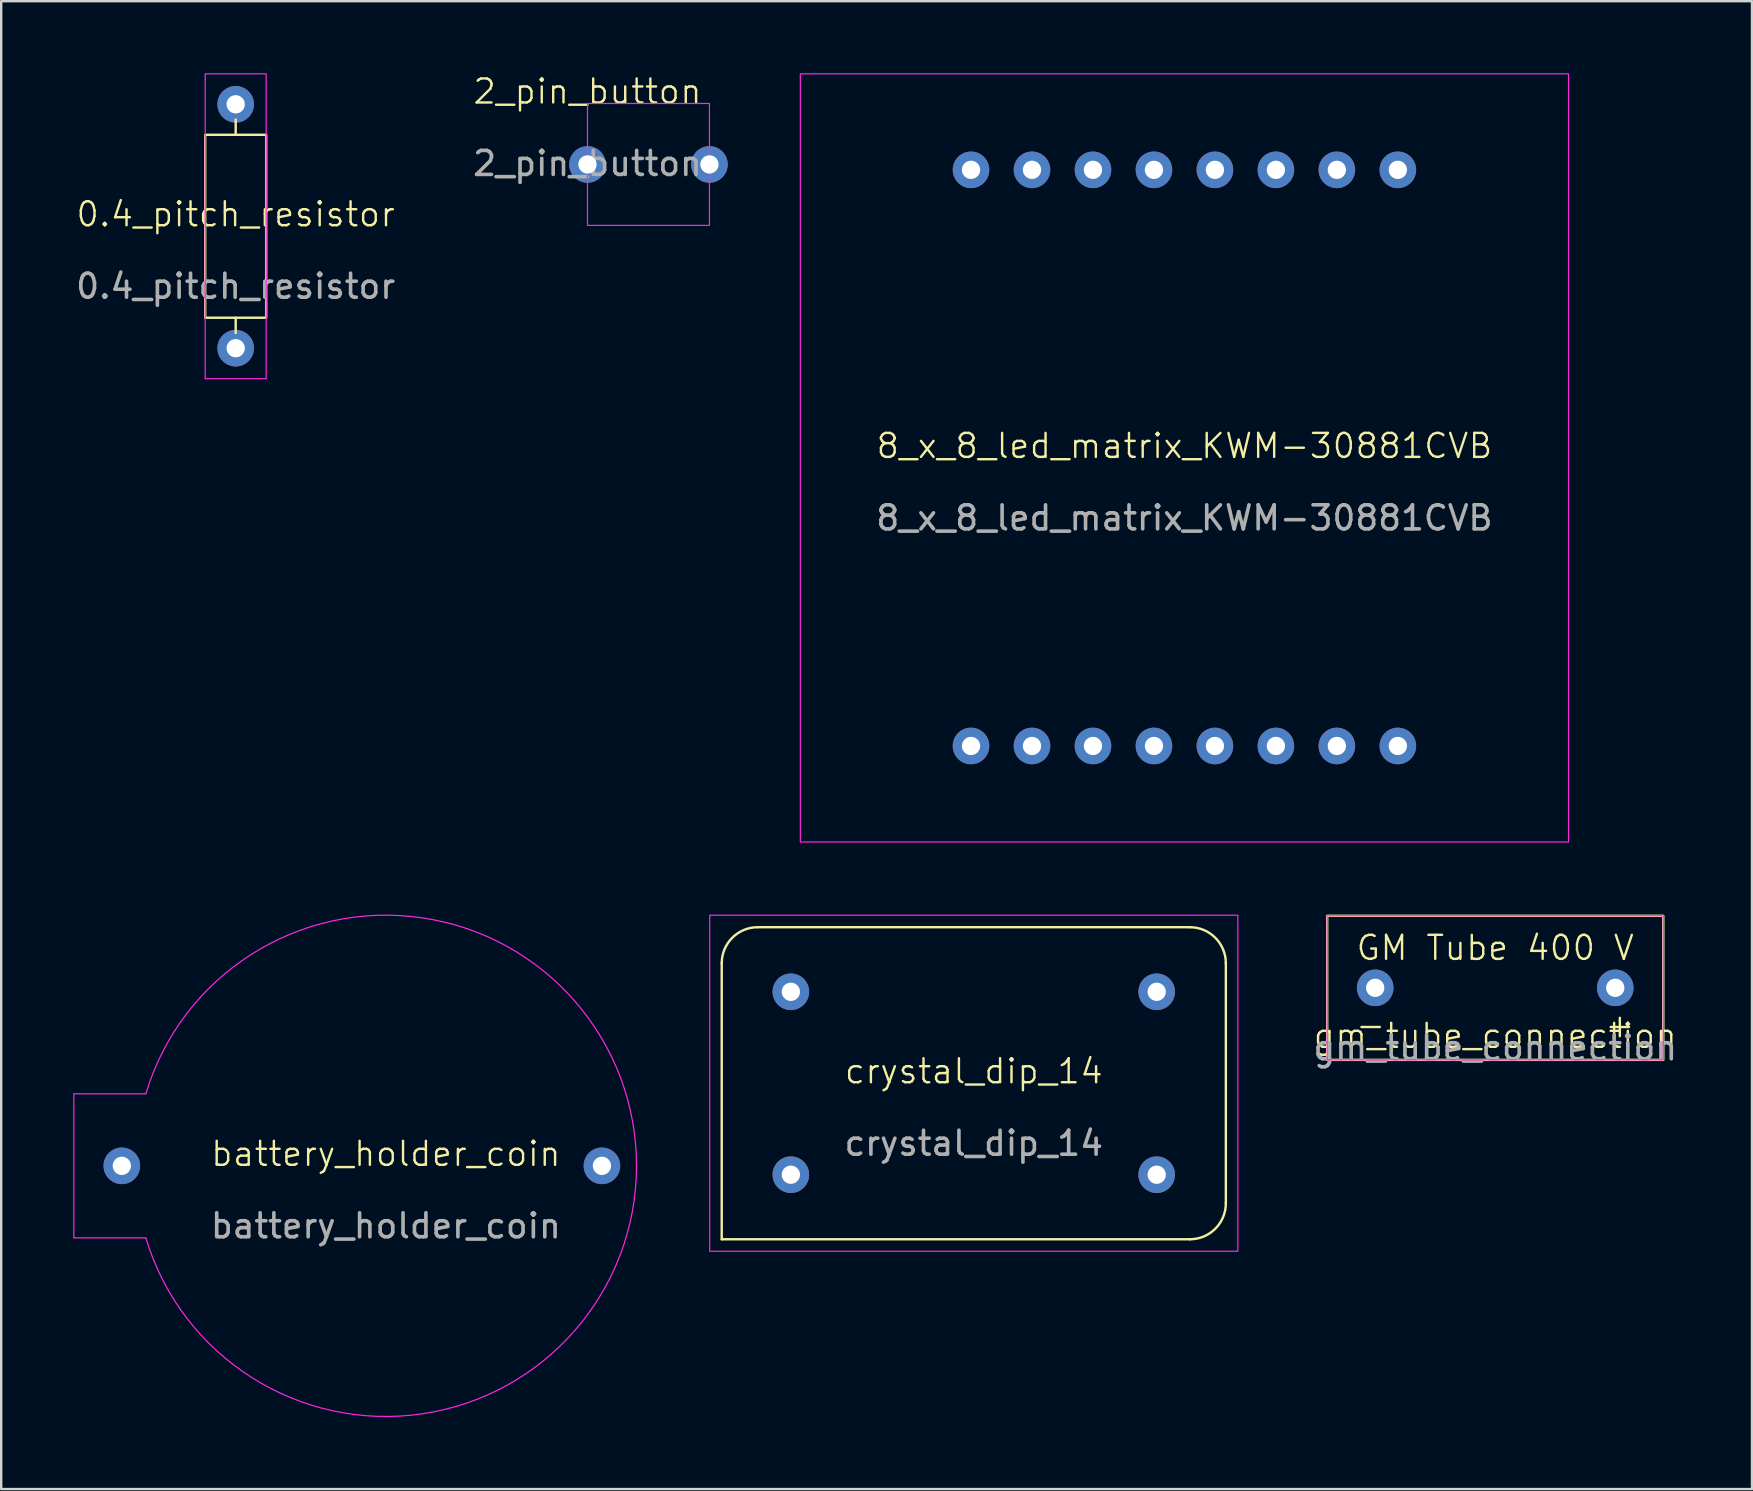
<source format=kicad_pcb>
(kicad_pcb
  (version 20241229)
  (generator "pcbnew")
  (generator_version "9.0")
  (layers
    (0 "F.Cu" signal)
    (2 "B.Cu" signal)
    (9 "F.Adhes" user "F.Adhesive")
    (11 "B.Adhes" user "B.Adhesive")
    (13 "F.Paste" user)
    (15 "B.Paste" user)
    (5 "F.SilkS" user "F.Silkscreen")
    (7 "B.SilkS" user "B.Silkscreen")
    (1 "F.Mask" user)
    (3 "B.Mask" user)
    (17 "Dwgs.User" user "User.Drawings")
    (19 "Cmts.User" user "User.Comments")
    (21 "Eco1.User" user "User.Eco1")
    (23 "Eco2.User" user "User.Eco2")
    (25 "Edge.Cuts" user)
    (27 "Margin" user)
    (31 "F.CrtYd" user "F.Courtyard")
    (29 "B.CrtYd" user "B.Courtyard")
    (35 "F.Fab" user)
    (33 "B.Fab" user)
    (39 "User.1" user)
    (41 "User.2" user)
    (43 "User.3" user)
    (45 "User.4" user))
  (footprint "battery_holder_coin"
    (layer "F.Cu")
    (at 13.025 45.515)
    (property "Reference" "battery_holder_coin" (at 0 -0.5 0) (unlocked yes) (layer "F.SilkS") (effects (font (size 1 1) (thickness 0.1))))
    (attr through_hole)
    (fp_line (start -13 -3) (end -13 3) (stroke (width 0.05) (type default)) (layer "F.CrtYd"))
    (fp_line (start -10 -3) (end -13 -3) (stroke (width 0.05) (type default)) (layer "F.CrtYd"))
    (fp_line (start -10 3) (end -13 3) (stroke (width 0.05) (type default)) (layer "F.CrtYd"))
    (fp_arc (start -10 -3) (mid 10.440307 0) (end -10 3) (stroke (width 0.05) (type default)) (layer "F.CrtYd"))
    (fp_text user "${REFERENCE}" (at 0 2.5 0) (unlocked yes) (layer "F.Fab") (effects (font (size 1 1) (thickness 0.15))))
    (pad "1" thru_hole circle (at -11 0) (size 1.524 1.524) (drill 0.762) (layers "*.Cu" "*.Mask"))
    (pad "2" thru_hole circle (at 9 0) (size 1.524 1.524) (drill 0.762) (layers "*.Cu" "*.Mask")))
  (footprint "2_pin_button"
    (layer "F.Cu")
    (at 21.423 1.26)
    (property "Reference" "2_pin_button" (at 0 -0.5 0) (unlocked yes) (layer "F.SilkS") (effects (font (size 1 1) (thickness 0.1))))
    (attr through_hole)
    (fp_rect (start 0 0) (end 5.08 5.08) (stroke (width 0.05) (type default)) (fill no) (layer "F.CrtYd"))
    (fp_text user "${REFERENCE}" (at 0 2.5 0) (unlocked yes) (layer "F.Fab") (effects (font (size 1 1) (thickness 0.15))))
    (pad "1" thru_hole circle (at 0 2.54) (size 1.524 1.524) (drill 0.762) (layers "*.Cu" "*.Mask"))
    (pad "2" thru_hole circle (at 5.08 2.54) (size 1.524 1.524) (drill 0.762) (layers "*.Cu" "*.Mask")))
  (footprint "0.4_pitch_resistor"
    (layer "F.Cu")
    (at 6.768 6.375)
    (property "Reference" "0.4_pitch_resistor" (at 0 -0.5 0) (unlocked yes) (layer "F.SilkS") (effects (font (size 1 1) (thickness 0.1))))
    (attr through_hole)
    (fp_line (start 0 -3.81) (end 0 -4.445) (stroke (width 0.1) (type default)) (layer "F.SilkS"))
    (fp_line (start 0 4.445) (end 0 3.81) (stroke (width 0.1) (type default)) (layer "F.SilkS"))
    (fp_rect (start -1.27 -3.81) (end 1.27 3.81) (stroke (width 0.1) (type default)) (fill no) (layer "F.SilkS"))
    (fp_rect (start -1.27 -6.35) (end 1.27 6.35) (stroke (width 0.05) (type default)) (fill no) (layer "F.CrtYd"))
    (fp_text user "${REFERENCE}" (at 0 2.5 0) (unlocked yes) (layer "F.Fab") (effects (font (size 1 1) (thickness 0.15))))
    (pad "1" thru_hole circle (at 0 -5.08) (size 1.524 1.524) (drill 0.762) (layers "*.Cu" "*.Mask"))
    (pad "2" thru_hole circle (at 0 5.08) (size 1.524 1.524) (drill 0.762) (layers "*.Cu" "*.Mask")))
  (footprint "crystal_dip_14"
    (layer "F.Cu")
    (at 37.515 42.075)
    (property "Reference" "crystal_dip_14" (at 0 -0.5 0) (unlocked yes) (layer "F.SilkS") (effects (font (size 1 1) (thickness 0.1))))
    (attr through_hole)
    (fp_line (start -10.5 6.5) (end -10.5 -5) (stroke (width 0.1) (type default)) (layer "F.SilkS"))
    (fp_line (start -10.5 6.5) (end 9 6.5) (stroke (width 0.1) (type default)) (layer "F.SilkS"))
    (fp_line (start 9 -6.5) (end -9 -6.5) (stroke (width 0.1) (type default)) (layer "F.SilkS"))
    (fp_line (start 10.5 5) (end 10.5 -5) (stroke (width 0.1) (type default)) (layer "F.SilkS"))
    (fp_arc (start -10.5 -5) (mid -10.06066 -6.06066) (end -9 -6.5) (stroke (width 0.1) (type default)) (layer "F.SilkS"))
    (fp_arc (start 9 -6.5) (mid 10.06066 -6.06066) (end 10.5 -5) (stroke (width 0.1) (type default)) (layer "F.SilkS"))
    (fp_arc (start 10.5 5) (mid 10.06066 6.06066) (end 9 6.5) (stroke (width 0.1) (type default)) (layer "F.SilkS"))
    (fp_rect (start -11 -7) (end 11 7) (stroke (width 0.05) (type default)) (fill no) (layer "F.CrtYd"))
    (fp_text user "${REFERENCE}" (at 0 2.5 0) (unlocked yes) (layer "F.Fab") (effects (font (size 1 1) (thickness 0.15))))
    (pad "1" thru_hole circle (at -7.62 3.81) (size 1.524 1.524) (drill 0.762) (layers "*.Cu" "*.Mask"))
    (pad "7" thru_hole circle (at 7.62 3.81) (size 1.524 1.524) (drill 0.762) (layers "*.Cu" "*.Mask"))
    (pad "8" thru_hole circle (at 7.62 -3.81) (size 1.524 1.524) (drill 0.762) (layers "*.Cu" "*.Mask"))
    (pad "14" thru_hole circle (at -7.62 -3.81) (size 1.524 1.524) (drill 0.762) (layers "*.Cu" "*.Mask")))
  (footprint "gm_tube_connection"
    (layer "F.Cu")
    (at 59.237 38.1)
    (property "Reference" "gm_tube_connection" (at 0 2 0) (unlocked yes) (layer "F.SilkS") (effects (font (size 1 1) (thickness 0.1))))
    (attr through_hole)
    (fp_rect (start -7 -3) (end 7 3) (stroke (width 0.1) (type default)) (fill no) (layer "F.SilkS"))
    (fp_rect (start -7 -3) (end 7 3) (stroke (width 0.05) (type default)) (fill no) (layer "F.CrtYd"))
    (fp_text user "${REFERENCE}" (at 0 2.5 0) (unlocked yes) (layer "F.Fab") (effects (font (size 1 1) (thickness 0.15))))
    (fp_text_box "GM Tube 400 V\n\n-            +" (start -7 -3) (end 7 0) (margins 0.75 0.75 0.75 0.75) (layer "F.SilkS") (effects (font (size 1 1) (thickness 0.1)) (justify top)) (border no) (stroke (width 0) (type solid)))
    (pad "1" thru_hole circle (at 5 0) (size 1.524 1.524) (drill 0.762) (layers "*.Cu" "*.Mask"))
    (pad "2" thru_hole circle (at -5 0) (size 1.524 1.524) (drill 0.762) (layers "*.Cu" "*.Mask")))
  (footprint "8_x_8_led_matrix_KWM-30881CVB"
    (layer "F.Cu")
    (at 46.29 16.025)
    (property "Reference" "8_x_8_led_matrix_KWM-30881CVB" (at 0 -0.5 0) (unlocked yes) (layer "F.SilkS") (effects (font (size 1 1) (thickness 0.1))))
    (attr through_hole)
    (fp_rect (start -16 -16) (end 16 16) (stroke (width 0.05) (type default)) (fill no) (layer "F.CrtYd"))
    (fp_text user "${REFERENCE}" (at 0 2.5 0) (unlocked yes) (layer "F.Fab") (effects (font (size 1 1) (thickness 0.15))))
    (pad "1" thru_hole circle (at -8.89 12) (size 1.524 1.524) (drill 0.762) (layers "*.Cu" "*.Mask"))
    (pad "2" thru_hole circle (at -6.35 12) (size 1.524 1.524) (drill 0.762) (layers "*.Cu" "*.Mask"))
    (pad "3" thru_hole circle (at -3.81 12) (size 1.524 1.524) (drill 0.762) (layers "*.Cu" "*.Mask"))
    (pad "4" thru_hole circle (at -1.27 12) (size 1.524 1.524) (drill 0.762) (layers "*.Cu" "*.Mask"))
    (pad "5" thru_hole circle (at 1.27 12) (size 1.524 1.524) (drill 0.762) (layers "*.Cu" "*.Mask"))
    (pad "6" thru_hole circle (at 3.81 12) (size 1.524 1.524) (drill 0.762) (layers "*.Cu" "*.Mask"))
    (pad "7" thru_hole circle (at 6.35 12) (size 1.524 1.524) (drill 0.762) (layers "*.Cu" "*.Mask"))
    (pad "8" thru_hole circle (at 8.89 12) (size 1.524 1.524) (drill 0.762) (layers "*.Cu" "*.Mask"))
    (pad "9" thru_hole circle (at 8.89 -12) (size 1.524 1.524) (drill 0.762) (layers "*.Cu" "*.Mask"))
    (pad "10" thru_hole circle (at 6.35 -12) (size 1.524 1.524) (drill 0.762) (layers "*.Cu" "*.Mask"))
    (pad "11" thru_hole circle (at 3.81 -12) (size 1.524 1.524) (drill 0.762) (layers "*.Cu" "*.Mask"))
    (pad "12" thru_hole circle (at 1.27 -12) (size 1.524 1.524) (drill 0.762) (layers "*.Cu" "*.Mask"))
    (pad "13" thru_hole circle (at -1.27 -12) (size 1.524 1.524) (drill 0.762) (layers "*.Cu" "*.Mask"))
    (pad "14" thru_hole circle (at -3.81 -12) (size 1.524 1.524) (drill 0.762) (layers "*.Cu" "*.Mask"))
    (pad "15" thru_hole circle (at -6.35 -12) (size 1.524 1.524) (drill 0.762) (layers "*.Cu" "*.Mask"))
    (pad "16" thru_hole circle (at -8.89 -12) (size 1.524 1.524) (drill 0.762) (layers "*.Cu" "*.Mask")))
  (gr_rect
    (start -3 -3)
    (end 69.933 58.981)
    (stroke (width 0.1) (type default))
    (fill no)
    (layer "Edge.Cuts")))
</source>
